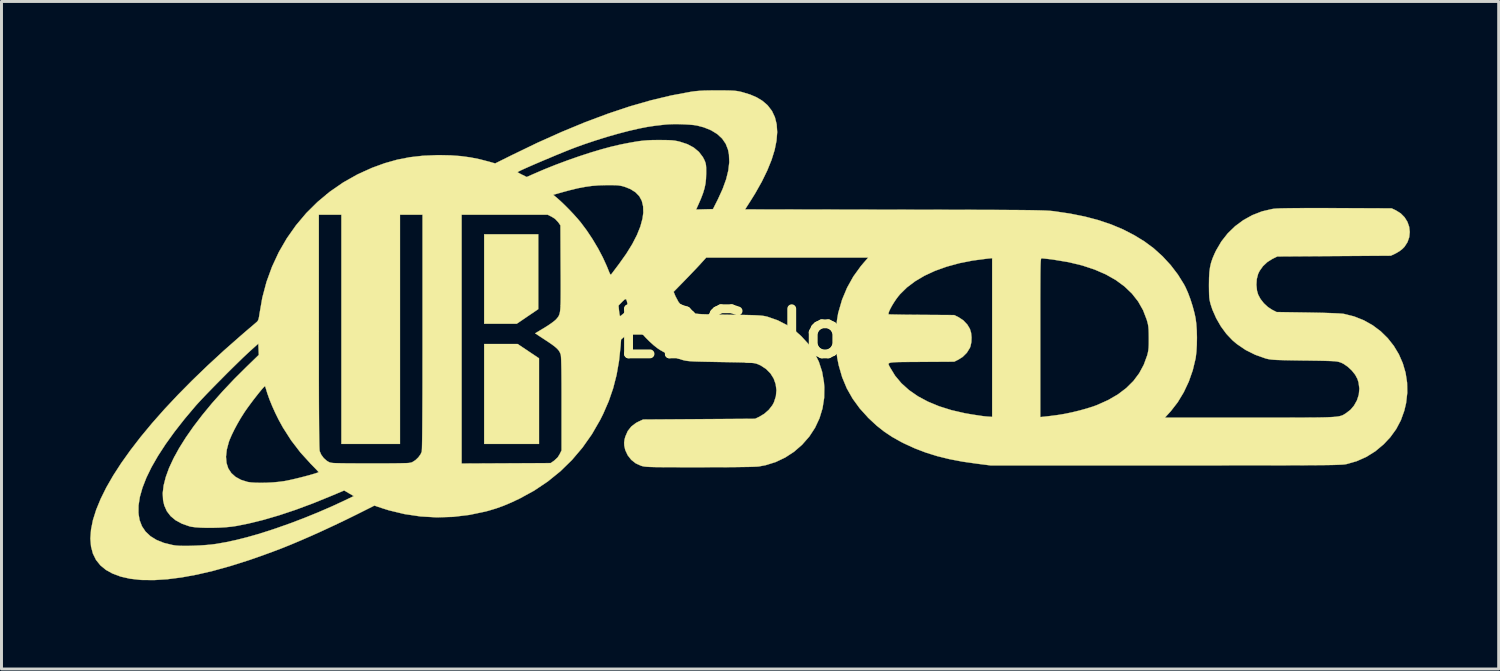
<source format=kicad_pcb>
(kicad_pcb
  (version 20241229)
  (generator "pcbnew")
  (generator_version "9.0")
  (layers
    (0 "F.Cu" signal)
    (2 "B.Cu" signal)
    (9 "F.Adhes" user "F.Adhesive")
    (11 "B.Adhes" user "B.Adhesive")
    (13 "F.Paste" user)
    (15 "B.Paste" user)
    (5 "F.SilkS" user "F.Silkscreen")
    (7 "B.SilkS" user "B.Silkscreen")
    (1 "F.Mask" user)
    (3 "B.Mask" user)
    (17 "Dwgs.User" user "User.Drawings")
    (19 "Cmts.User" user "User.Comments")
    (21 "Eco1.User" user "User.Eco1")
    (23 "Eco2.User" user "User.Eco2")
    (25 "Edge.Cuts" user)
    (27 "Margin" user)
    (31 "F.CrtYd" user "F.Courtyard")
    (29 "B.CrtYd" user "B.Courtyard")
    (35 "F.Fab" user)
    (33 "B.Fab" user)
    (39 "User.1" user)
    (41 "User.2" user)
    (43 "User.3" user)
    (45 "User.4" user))
  (footprint "SEDS_logo"
    (layer "F.Cu")
    (at 22.331 8.221)
    (property "Reference" "SEDS_logo" (at 0 0 0) (layer "F.SilkS") (effects (font (size 1.524 1.524) (thickness 0.3))))
    (attr through_hole)
    (fp_poly (pts (xy -7.525 0.597) (xy -7.163 0.839) (xy -7.163 3.734) (xy -9.017 3.734) (xy -9.017 0.356) (xy -7.886 0.356) (xy -7.525 0.597)) (stroke (width 0.01) (type solid)) (fill yes) (layer "F.SilkS"))
    (fp_poly (pts (xy -7.188 -0.823) (xy -7.551 -0.577) (xy -7.914 -0.33) (xy -9.017 -0.33) (xy -9.017 -3.353) (xy -7.188 -3.353) (xy -7.188 -0.823)) (stroke (width 0.01) (type solid)) (fill yes) (layer "F.SilkS"))
    (fp_poly (pts (xy -1.118 -8.216) (xy -0.922 -8.215) (xy -0.769 -8.213) (xy -0.648 -8.209) (xy -0.552 -8.203) (xy -0.472 -8.194) (xy -0.399 -8.181) (xy -0.323 -8.164) (xy -0.292 -8.156) (xy -0.028 -8.076) (xy 0.193 -7.981) (xy 0.381 -7.868) (xy 0.542 -7.732) (xy 0.569 -7.705) (xy 0.71 -7.521) (xy 0.81 -7.309) (xy 0.869 -7.071) (xy 0.887 -6.806) (xy 0.864 -6.517) (xy 0.801 -6.203) (xy 0.697 -5.868) (xy 0.552 -5.511) (xy 0.368 -5.133) (xy 0.144 -4.736) (xy 0.002 -4.507) (xy -0.199 -4.193) (xy 4.847 -4.184) (xy 5.447 -4.183) (xy 5.997 -4.182) (xy 6.502 -4.181) (xy 6.962 -4.18) (xy 7.381 -4.179) (xy 7.759 -4.178) (xy 8.101 -4.177) (xy 8.407 -4.176) (xy 8.68 -4.174) (xy 8.922 -4.173) (xy 9.135 -4.171) (xy 9.323 -4.169) (xy 9.486 -4.167) (xy 9.627 -4.164) (xy 9.748 -4.161) (xy 9.852 -4.158) (xy 9.941 -4.155) (xy 10.017 -4.151) (xy 10.082 -4.147) (xy 10.138 -4.143) (xy 10.188 -4.138) (xy 10.234 -4.133) (xy 10.249 -4.131) (xy 10.789 -4.051) (xy 11.287 -3.951) (xy 11.747 -3.83) (xy 12.176 -3.685) (xy 12.577 -3.517) (xy 12.956 -3.321) (xy 13.295 -3.114) (xy 13.611 -2.88) (xy 13.911 -2.609) (xy 14.187 -2.31) (xy 14.431 -1.991) (xy 14.635 -1.663) (xy 14.687 -1.564) (xy 14.771 -1.377) (xy 14.853 -1.158) (xy 14.928 -0.923) (xy 14.99 -0.692) (xy 15.027 -0.521) (xy 15.052 -0.33) (xy 15.068 -0.106) (xy 15.074 0.136) (xy 15.07 0.38) (xy 15.057 0.61) (xy 15.034 0.809) (xy 15.027 0.851) (xy 14.933 1.243) (xy 14.799 1.625) (xy 14.628 1.988) (xy 14.425 2.324) (xy 14.192 2.625) (xy 14.148 2.673) (xy 13.991 2.845) (xy 16.859 2.845) (xy 17.313 2.845) (xy 17.719 2.845) (xy 18.08 2.845) (xy 18.4 2.844) (xy 18.679 2.843) (xy 18.923 2.842) (xy 19.133 2.84) (xy 19.312 2.837) (xy 19.464 2.833) (xy 19.591 2.827) (xy 19.696 2.821) (xy 19.782 2.813) (xy 19.852 2.804) (xy 19.908 2.792) (xy 19.955 2.779) (xy 19.993 2.765) (xy 20.028 2.748) (xy 20.06 2.728) (xy 20.094 2.707) (xy 20.122 2.688) (xy 20.266 2.577) (xy 20.382 2.44) (xy 20.481 2.264) (xy 20.482 2.262) (xy 20.545 2.069) (xy 20.564 1.864) (xy 20.537 1.658) (xy 20.499 1.537) (xy 20.422 1.393) (xy 20.308 1.251) (xy 20.173 1.125) (xy 20.029 1.026) (xy 19.952 0.989) (xy 19.914 0.975) (xy 19.877 0.963) (xy 19.836 0.953) (xy 19.785 0.945) (xy 19.721 0.938) (xy 19.637 0.933) (xy 19.529 0.929) (xy 19.391 0.925) (xy 19.218 0.921) (xy 19.006 0.918) (xy 18.749 0.914) (xy 18.694 0.914) (xy 18.427 0.91) (xy 18.204 0.906) (xy 18.022 0.902) (xy 17.874 0.898) (xy 17.756 0.894) (xy 17.663 0.888) (xy 17.588 0.881) (xy 17.526 0.873) (xy 17.473 0.863) (xy 17.423 0.851) (xy 17.387 0.841) (xy 17.043 0.719) (xy 16.719 0.557) (xy 16.425 0.357) (xy 16.275 0.23) (xy 16.071 0.015) (xy 15.885 -0.238) (xy 15.725 -0.516) (xy 15.597 -0.806) (xy 15.54 -0.978) (xy 15.519 -1.057) (xy 15.503 -1.132) (xy 15.492 -1.212) (xy 15.486 -1.309) (xy 15.483 -1.432) (xy 15.481 -1.592) (xy 15.481 -1.651) (xy 15.484 -1.88) (xy 15.495 -2.071) (xy 15.517 -2.236) (xy 15.551 -2.387) (xy 15.601 -2.536) (xy 15.669 -2.696) (xy 15.723 -2.808) (xy 15.9 -3.11) (xy 16.115 -3.384) (xy 16.365 -3.626) (xy 16.644 -3.832) (xy 16.948 -4) (xy 17.271 -4.126) (xy 17.609 -4.205) (xy 17.682 -4.216) (xy 17.759 -4.222) (xy 17.885 -4.228) (xy 18.061 -4.232) (xy 18.287 -4.235) (xy 18.563 -4.237) (xy 18.889 -4.238) (xy 19.266 -4.238) (xy 19.693 -4.237) (xy 19.774 -4.237) (xy 21.654 -4.229) (xy 21.795 -4.163) (xy 21.961 -4.06) (xy 22.092 -3.928) (xy 22.188 -3.774) (xy 22.247 -3.606) (xy 22.267 -3.43) (xy 22.249 -3.254) (xy 22.19 -3.085) (xy 22.09 -2.931) (xy 22.018 -2.857) (xy 21.933 -2.791) (xy 21.83 -2.727) (xy 21.771 -2.696) (xy 21.628 -2.629) (xy 17.792 -2.603) (xy 17.623 -2.52) (xy 17.454 -2.414) (xy 17.306 -2.275) (xy 17.192 -2.115) (xy 17.142 -2.013) (xy 17.096 -1.836) (xy 17.084 -1.642) (xy 17.104 -1.449) (xy 17.143 -1.314) (xy 17.222 -1.166) (xy 17.336 -1.021) (xy 17.473 -0.894) (xy 17.618 -0.799) (xy 17.619 -0.799) (xy 17.767 -0.724) (xy 18.821 -0.708) (xy 19.08 -0.703) (xy 19.319 -0.698) (xy 19.534 -0.691) (xy 19.719 -0.684) (xy 19.869 -0.677) (xy 19.979 -0.669) (xy 20.041 -0.662) (xy 20.389 -0.575) (xy 20.714 -0.446) (xy 21.013 -0.278) (xy 21.283 -0.076) (xy 21.522 0.158) (xy 21.728 0.419) (xy 21.899 0.703) (xy 22.032 1.008) (xy 22.126 1.329) (xy 22.177 1.663) (xy 22.183 2.005) (xy 22.143 2.354) (xy 22.082 2.612) (xy 21.966 2.934) (xy 21.809 3.231) (xy 21.609 3.507) (xy 21.384 3.747) (xy 21.104 3.981) (xy 20.8 4.171) (xy 20.474 4.316) (xy 20.14 4.412) (xy 20.115 4.417) (xy 20.087 4.421) (xy 20.054 4.426) (xy 20.014 4.43) (xy 19.965 4.433) (xy 19.905 4.436) (xy 19.833 4.439) (xy 19.745 4.442) (xy 19.641 4.445) (xy 19.517 4.447) (xy 19.373 4.449) (xy 19.206 4.45) (xy 19.014 4.452) (xy 18.795 4.453) (xy 18.548 4.454) (xy 18.27 4.455) (xy 17.959 4.456) (xy 17.613 4.456) (xy 17.23 4.457) (xy 16.809 4.457) (xy 16.347 4.457) (xy 15.842 4.458) (xy 15.293 4.458) (xy 14.697 4.458) (xy 14.052 4.458) (xy 14.008 4.458) (xy 8.09 4.458) (xy 7.633 4.4) (xy 7.148 4.331) (xy 6.705 4.246) (xy 6.295 4.145) (xy 5.91 4.025) (xy 5.541 3.884) (xy 5.181 3.719) (xy 5.08 3.668) (xy 4.778 3.499) (xy 4.507 3.319) (xy 4.251 3.117) (xy 3.995 2.879) (xy 3.973 2.858) (xy 3.682 2.538) (xy 3.438 2.204) (xy 3.239 1.853) (xy 3.083 1.478) (xy 2.967 1.077) (xy 2.917 0.826) (xy 2.888 0.599) (xy 2.874 0.344) (xy 2.872 0.075) (xy 2.884 -0.194) (xy 2.908 -0.446) (xy 2.945 -0.667) (xy 2.948 -0.682) (xy 4.648 -0.682) (xy 4.65 -0.65) (xy 4.653 -0.648) (xy 4.685 -0.645) (xy 4.762 -0.642) (xy 4.879 -0.64) (xy 5.031 -0.637) (xy 5.212 -0.634) (xy 5.416 -0.632) (xy 5.64 -0.63) (xy 5.779 -0.629) (xy 6.871 -0.622) (xy 7.014 -0.552) (xy 7.178 -0.444) (xy 7.314 -0.3) (xy 7.4 -0.156) (xy 7.44 -0.025) (xy 7.456 0.131) (xy 7.45 0.29) (xy 7.42 0.434) (xy 7.4 0.486) (xy 7.297 0.652) (xy 7.156 0.792) (xy 7.014 0.882) (xy 6.871 0.953) (xy 5.759 0.96) (xy 5.487 0.962) (xy 5.261 0.963) (xy 5.077 0.965) (xy 4.933 0.968) (xy 4.823 0.974) (xy 4.744 0.982) (xy 4.692 0.993) (xy 4.662 1.009) (xy 4.651 1.029) (xy 4.655 1.056) (xy 4.669 1.088) (xy 4.691 1.128) (xy 4.703 1.15) (xy 4.872 1.428) (xy 5.086 1.683) (xy 5.343 1.914) (xy 5.642 2.122) (xy 5.982 2.304) (xy 6.361 2.461) (xy 6.778 2.592) (xy 7.231 2.696) (xy 7.493 2.741) (xy 7.659 2.766) (xy 7.785 2.785) (xy 7.878 2.798) (xy 7.948 2.806) (xy 8.004 2.811) (xy 8.054 2.815) (xy 8.071 2.816) (xy 8.153 2.819) (xy 8.153 0.143) (xy 9.779 0.143) (xy 9.779 2.826) (xy 9.938 2.809) (xy 10.03 2.799) (xy 10.155 2.784) (xy 10.292 2.766) (xy 10.389 2.753) (xy 10.61 2.716) (xy 10.854 2.665) (xy 11.106 2.604) (xy 11.349 2.536) (xy 11.569 2.467) (xy 11.708 2.415) (xy 12.079 2.248) (xy 12.405 2.058) (xy 12.687 1.844) (xy 12.926 1.607) (xy 13.122 1.345) (xy 13.278 1.056) (xy 13.393 0.741) (xy 13.393 0.741) (xy 13.415 0.654) (xy 13.431 0.571) (xy 13.441 0.48) (xy 13.446 0.366) (xy 13.447 0.219) (xy 13.447 0.152) (xy 13.445 -0.006) (xy 13.441 -0.126) (xy 13.433 -0.221) (xy 13.42 -0.305) (xy 13.399 -0.389) (xy 13.376 -0.47) (xy 13.254 -0.787) (xy 13.088 -1.08) (xy 12.878 -1.348) (xy 12.625 -1.59) (xy 12.33 -1.807) (xy 11.992 -1.998) (xy 11.613 -2.162) (xy 11.194 -2.3) (xy 10.733 -2.411) (xy 10.233 -2.494) (xy 10.178 -2.502) (xy 10.056 -2.517) (xy 9.948 -2.529) (xy 9.868 -2.537) (xy 9.828 -2.54) (xy 9.821 -2.539) (xy 9.814 -2.535) (xy 9.807 -2.524) (xy 9.802 -2.503) (xy 9.797 -2.471) (xy 9.793 -2.423) (xy 9.79 -2.358) (xy 9.787 -2.271) (xy 9.785 -2.161) (xy 9.783 -2.025) (xy 9.782 -1.859) (xy 9.781 -1.662) (xy 9.78 -1.429) (xy 9.779 -1.158) (xy 9.779 -0.847) (xy 9.779 -0.492) (xy 9.779 -0.09) (xy 9.779 0.143) (xy 8.153 0.143) (xy 8.153 -2.546) (xy 7.982 -2.529) (xy 7.497 -2.465) (xy 7.04 -2.375) (xy 6.614 -2.258) (xy 6.221 -2.117) (xy 5.865 -1.952) (xy 5.548 -1.764) (xy 5.271 -1.555) (xy 5.039 -1.326) (xy 4.983 -1.259) (xy 4.908 -1.159) (xy 4.835 -1.05) (xy 4.767 -0.939) (xy 4.711 -0.835) (xy 4.67 -0.747) (xy 4.648 -0.682) (xy 2.948 -0.682) (xy 2.955 -0.711) (xy 3.081 -1.144) (xy 3.25 -1.547) (xy 3.46 -1.924) (xy 3.714 -2.275) (xy 3.802 -2.379) (xy 3.964 -2.565) (xy 1.226 -2.565) (xy -1.512 -2.565) (xy -1.69 -2.369) (xy -1.764 -2.288) (xy -1.865 -2.18) (xy -1.984 -2.056) (xy -2.111 -1.923) (xy -2.237 -1.793) (xy -2.24 -1.79) (xy -2.613 -1.408) (xy -2.552 -1.259) (xy -2.447 -1.062) (xy -2.305 -0.9) (xy -2.125 -0.773) (xy -1.988 -0.708) (xy -1.951 -0.694) (xy -1.915 -0.682) (xy -1.873 -0.673) (xy -1.821 -0.665) (xy -1.755 -0.658) (xy -1.668 -0.653) (xy -1.556 -0.649) (xy -1.414 -0.645) (xy -1.236 -0.641) (xy -1.019 -0.638) (xy -0.756 -0.634) (xy -0.737 -0.633) (xy -0.468 -0.629) (xy -0.246 -0.626) (xy -0.063 -0.622) (xy 0.085 -0.618) (xy 0.203 -0.613) (xy 0.297 -0.607) (xy 0.372 -0.6) (xy 0.434 -0.592) (xy 0.488 -0.582) (xy 0.539 -0.57) (xy 0.572 -0.561) (xy 0.906 -0.444) (xy 1.214 -0.286) (xy 1.504 -0.083) (xy 1.697 0.088) (xy 1.943 0.356) (xy 2.142 0.646) (xy 2.296 0.958) (xy 2.405 1.293) (xy 2.467 1.649) (xy 2.48 1.816) (xy 2.474 2.18) (xy 2.419 2.531) (xy 2.316 2.868) (xy 2.167 3.186) (xy 1.973 3.483) (xy 1.734 3.755) (xy 1.729 3.761) (xy 1.456 3.998) (xy 1.157 4.193) (xy 0.837 4.345) (xy 0.502 4.45) (xy 0.27 4.494) (xy 0.2 4.5) (xy 0.08 4.505) (xy -0.087 4.51) (xy -0.301 4.513) (xy -0.558 4.517) (xy -0.859 4.519) (xy -1.201 4.52) (xy -1.582 4.521) (xy -1.739 4.521) (xy -2.087 4.521) (xy -2.388 4.521) (xy -2.645 4.52) (xy -2.863 4.52) (xy -3.046 4.518) (xy -3.197 4.517) (xy -3.319 4.514) (xy -3.418 4.511) (xy -3.496 4.507) (xy -3.558 4.502) (xy -3.607 4.496) (xy -3.647 4.489) (xy -3.681 4.48) (xy -3.715 4.471) (xy -3.716 4.47) (xy -3.893 4.39) (xy -4.045 4.27) (xy -4.165 4.117) (xy -4.248 3.94) (xy -4.281 3.791) (xy -4.286 3.691) (xy -4.272 3.585) (xy -4.245 3.485) (xy -4.164 3.298) (xy -4.044 3.145) (xy -3.885 3.024) (xy -3.805 2.982) (xy -3.645 2.908) (xy 0.14 2.883) (xy 0.286 2.814) (xy 0.453 2.713) (xy 0.604 2.58) (xy 0.724 2.426) (xy 0.776 2.33) (xy 0.843 2.123) (xy 0.862 1.915) (xy 0.836 1.713) (xy 0.768 1.522) (xy 0.66 1.35) (xy 0.514 1.202) (xy 0.334 1.083) (xy 0.235 1.039) (xy 0.198 1.025) (xy 0.16 1.014) (xy 0.117 1.004) (xy 0.064 0.997) (xy -0.006 0.99) (xy -0.096 0.985) (xy -0.211 0.981) (xy -0.358 0.977) (xy -0.541 0.973) (xy -0.764 0.969) (xy -1.016 0.965) (xy -1.284 0.96) (xy -1.507 0.956) (xy -1.69 0.952) (xy -1.838 0.948) (xy -1.957 0.943) (xy -2.051 0.937) (xy -2.126 0.93) (xy -2.189 0.922) (xy -2.243 0.912) (xy -2.294 0.899) (xy -2.324 0.891) (xy -2.508 0.83) (xy -2.707 0.748) (xy -2.904 0.652) (xy -3.08 0.552) (xy -3.159 0.499) (xy -3.287 0.398) (xy -3.426 0.272) (xy -3.563 0.135) (xy -3.684 0.000497) (xy -3.774 -0.116) (xy -3.868 -0.252) (xy -4.129 -0.023) (xy -4.39 0.205) (xy -4.406 0.427) (xy -4.459 0.931) (xy -4.542 1.403) (xy -4.657 1.851) (xy -4.806 2.285) (xy -4.994 2.717) (xy -5.096 2.921) (xy -5.376 3.406) (xy -5.694 3.857) (xy -6.049 4.275) (xy -6.44 4.657) (xy -6.866 5.002) (xy -7.325 5.31) (xy -7.807 5.574) (xy -8.097 5.711) (xy -8.362 5.823) (xy -8.618 5.915) (xy -8.879 5.993) (xy -8.973 6.018) (xy -9.518 6.132) (xy -10.068 6.198) (xy -10.618 6.215) (xy -11.166 6.184) (xy -11.707 6.104) (xy -12.236 5.977) (xy -12.462 5.906) (xy -12.727 5.817) (xy -13.317 6.113) (xy -13.693 6.298) (xy -14.077 6.481) (xy -14.463 6.661) (xy -14.842 6.832) (xy -15.207 6.991) (xy -15.55 7.136) (xy -15.863 7.262) (xy -16.104 7.353) (xy -16.296 7.424) (xy -16.449 7.48) (xy -16.574 7.525) (xy -16.679 7.562) (xy -16.773 7.595) (xy -16.866 7.627) (xy -16.967 7.662) (xy -16.993 7.67) (xy -17.596 7.861) (xy -18.173 8.021) (xy -18.721 8.149) (xy -19.238 8.244) (xy -19.722 8.306) (xy -20.172 8.335) (xy -20.586 8.331) (xy -20.625 8.329) (xy -20.983 8.289) (xy -21.303 8.217) (xy -21.585 8.111) (xy -21.802 7.99) (xy -21.988 7.837) (xy -22.135 7.654) (xy -22.24 7.441) (xy -22.304 7.2) (xy -22.326 6.933) (xy -22.326 6.93) (xy -22.304 6.628) (xy -22.239 6.304) (xy -22.169 6.083) (xy -20.701 6.083) (xy -20.663 6.308) (xy -20.583 6.516) (xy -20.461 6.697) (xy -20.296 6.852) (xy -20.09 6.979) (xy -19.844 7.078) (xy -19.557 7.148) (xy -19.456 7.165) (xy -19.343 7.175) (xy -19.191 7.179) (xy -19.011 7.179) (xy -18.814 7.173) (xy -18.61 7.164) (xy -18.413 7.15) (xy -18.231 7.133) (xy -18.078 7.113) (xy -18.072 7.112) (xy -17.732 7.052) (xy -17.39 6.978) (xy -17.037 6.889) (xy -16.663 6.783) (xy -16.259 6.656) (xy -16.053 6.587) (xy -15.585 6.422) (xy -15.103 6.239) (xy -14.623 6.044) (xy -14.162 5.844) (xy -13.754 5.655) (xy -13.424 5.496) (xy -13.587 5.401) (xy -13.749 5.306) (xy -14.171 5.484) (xy -14.795 5.738) (xy -15.386 5.958) (xy -15.947 6.145) (xy -16.481 6.301) (xy -16.992 6.426) (xy -17.386 6.505) (xy -17.556 6.53) (xy -17.753 6.549) (xy -17.965 6.562) (xy -18.183 6.568) (xy -18.396 6.569) (xy -18.596 6.563) (xy -18.771 6.551) (xy -18.911 6.533) (xy -18.974 6.519) (xy -19.23 6.43) (xy -19.443 6.315) (xy -19.613 6.174) (xy -19.742 6.006) (xy -19.829 5.81) (xy -19.869 5.633) (xy -19.881 5.397) (xy -19.85 5.137) (xy -19.778 4.853) (xy -19.667 4.547) (xy -19.516 4.222) (xy -19.485 4.166) (xy -17.743 4.166) (xy -17.725 4.377) (xy -17.666 4.561) (xy -17.563 4.718) (xy -17.419 4.847) (xy -17.234 4.948) (xy -17.011 5.018) (xy -16.893 5.035) (xy -16.736 5.045) (xy -16.553 5.048) (xy -16.355 5.044) (xy -16.152 5.033) (xy -15.958 5.015) (xy -15.783 4.992) (xy -15.71 4.979) (xy -15.572 4.95) (xy -15.418 4.915) (xy -15.257 4.876) (xy -15.097 4.835) (xy -14.946 4.795) (xy -14.814 4.757) (xy -14.708 4.725) (xy -14.637 4.7) (xy -14.612 4.687) (xy -14.626 4.669) (xy -14.67 4.62) (xy -14.738 4.549) (xy -14.824 4.461) (xy -14.866 4.418) (xy -15.226 4.023) (xy -15.542 3.611) (xy -15.821 3.174) (xy -15.964 2.914) (xy -16.076 2.687) (xy -16.181 2.454) (xy -16.273 2.229) (xy -16.345 2.026) (xy -16.371 1.941) (xy -16.395 1.861) (xy -16.414 1.803) (xy -16.423 1.781) (xy -16.444 1.793) (xy -16.49 1.84) (xy -16.555 1.916) (xy -16.636 2.015) (xy -16.727 2.13) (xy -16.824 2.255) (xy -16.921 2.385) (xy -17.014 2.512) (xy -17.098 2.631) (xy -17.13 2.68) (xy -17.243 2.858) (xy -17.355 3.051) (xy -17.46 3.247) (xy -17.551 3.434) (xy -17.622 3.598) (xy -17.648 3.67) (xy -17.717 3.93) (xy -17.743 4.166) (xy -19.485 4.166) (xy -19.328 3.879) (xy -19.102 3.519) (xy -18.841 3.145) (xy -18.545 2.758) (xy -18.216 2.359) (xy -17.853 1.951) (xy -17.46 1.535) (xy -17.04 1.118) (xy -16.634 0.724) (xy -16.642 0.533) (xy -16.65 0.343) (xy -16.916 0.582) (xy -17.029 0.686) (xy -17.17 0.819) (xy -17.331 0.976) (xy -17.508 1.149) (xy -17.694 1.333) (xy -17.883 1.524) (xy -18.071 1.713) (xy -18.25 1.896) (xy -18.416 2.067) (xy -18.561 2.22) (xy -18.681 2.349) (xy -18.762 2.438) (xy -19.144 2.891) (xy -19.485 3.326) (xy -19.785 3.743) (xy -20.043 4.14) (xy -20.26 4.518) (xy -20.434 4.875) (xy -20.565 5.211) (xy -20.654 5.524) (xy -20.699 5.816) (xy -20.701 6.083) (xy -22.169 6.083) (xy -22.13 5.958) (xy -21.979 5.592) (xy -21.788 5.206) (xy -21.556 4.803) (xy -21.285 4.384) (xy -20.975 3.949) (xy -20.628 3.499) (xy -20.245 3.037) (xy -19.826 2.563) (xy -19.372 2.079) (xy -18.885 1.586) (xy -18.365 1.085) (xy -17.813 0.576) (xy -17.23 0.063) (xy -17.071 -0.074) (xy -16.96 -0.169) (xy -16.858 -0.255) (xy -16.774 -0.327) (xy -16.716 -0.377) (xy -16.697 -0.394) (xy -16.665 -0.431) (xy -16.642 -0.487) (xy -16.624 -0.572) (xy -16.611 -0.66) (xy -16.515 -1.211) (xy -16.373 -1.745) (xy -16.186 -2.258) (xy -15.957 -2.75) (xy -15.686 -3.217) (xy -15.376 -3.657) (xy -15.076 -4.013) (xy -14.605 -4.013) (xy -14.605 -0.075) (xy -14.605 0.507) (xy -14.604 1.04) (xy -14.604 1.524) (xy -14.603 1.961) (xy -14.602 2.351) (xy -14.6 2.697) (xy -14.598 2.998) (xy -14.596 3.257) (xy -14.594 3.474) (xy -14.591 3.651) (xy -14.588 3.789) (xy -14.584 3.889) (xy -14.58 3.951) (xy -14.577 3.975) (xy -14.526 4.094) (xy -14.441 4.21) (xy -14.335 4.304) (xy -14.264 4.346) (xy -14.238 4.357) (xy -14.207 4.366) (xy -14.168 4.373) (xy -14.115 4.379) (xy -14.045 4.383) (xy -13.952 4.387) (xy -13.833 4.389) (xy -13.683 4.391) (xy -13.497 4.392) (xy -13.272 4.393) (xy -13.002 4.393) (xy -12.852 4.393) (xy -12.559 4.393) (xy -12.313 4.393) (xy -12.108 4.392) (xy -11.941 4.39) (xy -11.807 4.388) (xy -11.702 4.385) (xy -11.621 4.381) (xy -11.56 4.376) (xy -11.515 4.369) (xy -11.481 4.361) (xy -11.454 4.352) (xy -11.443 4.347) (xy -11.339 4.281) (xy -11.241 4.187) (xy -11.164 4.081) (xy -11.127 3.996) (xy -11.123 3.959) (xy -11.119 3.879) (xy -11.116 3.754) (xy -11.113 3.585) (xy -11.11 3.371) (xy -11.108 3.111) (xy -11.106 2.804) (xy -11.104 2.451) (xy -11.102 2.049) (xy -11.101 1.599) (xy -11.101 1.1) (xy -11.1 0.552) (xy -11.1 -0.047) (xy -11.1 -0.057) (xy -11.1 -4.013) (xy -9.779 -4.013) (xy -9.779 4.396) (xy -6.769 4.381) (xy -6.651 4.299) (xy -6.531 4.187) (xy -6.467 4.085) (xy -6.401 3.952) (xy -6.401 2.374) (xy -6.401 2.013) (xy -6.402 1.7) (xy -6.404 1.435) (xy -6.406 1.213) (xy -6.41 1.035) (xy -6.414 0.897) (xy -6.419 0.797) (xy -6.425 0.733) (xy -6.43 0.709) (xy -6.459 0.638) (xy -6.497 0.574) (xy -6.552 0.512) (xy -6.629 0.444) (xy -6.735 0.365) (xy -6.877 0.268) (xy -6.928 0.235) (xy -7.293 -0.005) (xy -6.98 -0.193) (xy -6.859 -0.269) (xy -6.748 -0.345) (xy -6.656 -0.414) (xy -6.594 -0.467) (xy -6.585 -0.477) (xy -6.552 -0.515) (xy -6.524 -0.55) (xy -6.5 -0.586) (xy -6.481 -0.628) (xy -6.465 -0.679) (xy -6.452 -0.743) (xy -6.443 -0.826) (xy -6.436 -0.93) (xy -6.436 -0.945) (xy -4.476 -0.945) (xy -4.458 -0.765) (xy -4.447 -0.676) (xy -4.435 -0.612) (xy -4.424 -0.585) (xy -4.423 -0.584) (xy -4.398 -0.6) (xy -4.345 -0.642) (xy -4.277 -0.7) (xy -4.27 -0.706) (xy -4.134 -0.826) (xy -4.167 -0.978) (xy -4.191 -1.085) (xy -4.212 -1.146) (xy -4.238 -1.164) (xy -4.276 -1.144) (xy -4.335 -1.089) (xy -4.354 -1.069) (xy -4.476 -0.945) (xy -6.436 -0.945) (xy -6.432 -1.061) (xy -6.43 -1.222) (xy -6.429 -1.418) (xy -6.429 -1.652) (xy -6.43 -1.929) (xy -6.432 -2.214) (xy -6.439 -3.653) (xy -6.515 -3.763) (xy -6.623 -3.876) (xy -6.729 -3.943) (xy -6.867 -4.013) (xy -9.779 -4.013) (xy -11.1 -4.013) (xy -11.862 -4.013) (xy -11.862 3.734) (xy -13.843 3.734) (xy -13.843 -4.013) (xy -14.605 -4.013) (xy -15.076 -4.013) (xy -15.03 -4.068) (xy -14.647 -4.447) (xy -14.359 -4.687) (xy -6.683 -4.687) (xy -6.548 -4.575) (xy -6.427 -4.467) (xy -6.286 -4.332) (xy -6.135 -4.18) (xy -5.987 -4.023) (xy -5.853 -3.873) (xy -5.757 -3.759) (xy -5.553 -3.487) (xy -5.354 -3.188) (xy -5.168 -2.876) (xy -5.005 -2.566) (xy -4.871 -2.272) (xy -4.851 -2.223) (xy -4.806 -2.111) (xy -4.775 -2.038) (xy -4.754 -2) (xy -4.739 -1.988) (xy -4.724 -1.997) (xy -4.714 -2.009) (xy -4.69 -2.041) (xy -4.641 -2.106) (xy -4.574 -2.195) (xy -4.495 -2.3) (xy -4.457 -2.35) (xy -4.213 -2.694) (xy -4.011 -3.021) (xy -3.852 -3.33) (xy -3.736 -3.619) (xy -3.664 -3.886) (xy -3.638 -4.08) (xy -3.644 -4.297) (xy -3.689 -4.484) (xy -3.776 -4.643) (xy -3.905 -4.775) (xy -4.077 -4.882) (xy -4.27 -4.958) (xy -4.346 -4.98) (xy -4.416 -4.995) (xy -4.492 -5.006) (xy -4.585 -5.012) (xy -4.705 -5.014) (xy -4.863 -5.014) (xy -4.889 -5.014) (xy -5.138 -5.007) (xy -5.375 -4.988) (xy -5.611 -4.955) (xy -5.859 -4.907) (xy -6.133 -4.84) (xy -6.339 -4.784) (xy -6.683 -4.687) (xy -14.359 -4.687) (xy -14.231 -4.793) (xy -13.784 -5.102) (xy -13.306 -5.372) (xy -13.126 -5.454) (xy -7.89 -5.454) (xy -7.873 -5.44) (xy -7.821 -5.41) (xy -7.745 -5.37) (xy -7.738 -5.367) (xy -7.578 -5.288) (xy -7.351 -5.389) (xy -6.987 -5.546) (xy -6.605 -5.699) (xy -6.212 -5.846) (xy -5.818 -5.984) (xy -5.433 -6.11) (xy -5.063 -6.221) (xy -4.719 -6.314) (xy -4.409 -6.386) (xy -4.355 -6.397) (xy -4.128 -6.441) (xy -3.939 -6.475) (xy -3.777 -6.501) (xy -3.63 -6.518) (xy -3.488 -6.529) (xy -3.338 -6.536) (xy -3.171 -6.538) (xy -3.099 -6.538) (xy -2.92 -6.537) (xy -2.781 -6.534) (xy -2.671 -6.528) (xy -2.578 -6.518) (xy -2.491 -6.502) (xy -2.401 -6.481) (xy -2.148 -6.398) (xy -1.934 -6.284) (xy -1.76 -6.139) (xy -1.627 -5.965) (xy -1.582 -5.88) (xy -1.552 -5.812) (xy -1.532 -5.753) (xy -1.52 -5.689) (xy -1.514 -5.608) (xy -1.513 -5.496) (xy -1.513 -5.41) (xy -1.519 -5.23) (xy -1.536 -5.067) (xy -1.569 -4.909) (xy -1.619 -4.742) (xy -1.69 -4.556) (xy -1.775 -4.362) (xy -1.853 -4.189) (xy -1.568 -4.197) (xy -1.283 -4.204) (xy -1.116 -4.535) (xy -0.956 -4.886) (xy -0.838 -5.212) (xy -0.764 -5.513) (xy -0.732 -5.792) (xy -0.743 -6.049) (xy -0.774 -6.21) (xy -0.852 -6.411) (xy -0.974 -6.588) (xy -1.138 -6.74) (xy -1.345 -6.867) (xy -1.591 -6.967) (xy -1.815 -7.026) (xy -1.932 -7.045) (xy -2.086 -7.059) (xy -2.263 -7.069) (xy -2.448 -7.075) (xy -2.629 -7.075) (xy -2.792 -7.069) (xy -2.896 -7.061) (xy -3.014 -7.047) (xy -3.135 -7.033) (xy -3.226 -7.023) (xy -3.49 -6.984) (xy -3.792 -6.925) (xy -4.125 -6.848) (xy -4.481 -6.755) (xy -4.853 -6.649) (xy -5.234 -6.53) (xy -5.615 -6.403) (xy -5.918 -6.294) (xy -6.049 -6.244) (xy -6.204 -6.183) (xy -6.379 -6.112) (xy -6.568 -6.035) (xy -6.763 -5.953) (xy -6.961 -5.87) (xy -7.154 -5.788) (xy -7.336 -5.71) (xy -7.503 -5.637) (xy -7.647 -5.573) (xy -7.763 -5.52) (xy -7.845 -5.48) (xy -7.887 -5.456) (xy -7.89 -5.454) (xy -13.126 -5.454) (xy -12.806 -5.599) (xy -12.377 -5.755) (xy -11.955 -5.874) (xy -11.529 -5.957) (xy -11.086 -6.007) (xy -10.616 -6.027) (xy -10.516 -6.028) (xy -10.145 -6.02) (xy -9.808 -5.995) (xy -9.489 -5.952) (xy -9.171 -5.889) (xy -8.84 -5.803) (xy -8.812 -5.795) (xy -8.645 -5.747) (xy -8.075 -6.03) (xy -7.221 -6.443) (xy -6.395 -6.813) (xy -5.598 -7.143) (xy -4.829 -7.43) (xy -4.089 -7.677) (xy -3.378 -7.881) (xy -2.695 -8.044) (xy -2.042 -8.166) (xy -2.007 -8.172) (xy -1.878 -8.189) (xy -1.74 -8.201) (xy -1.582 -8.21) (xy -1.395 -8.214) (xy -1.168 -8.216) (xy -1.118 -8.216)) (stroke (width 0.01) (type solid)) (fill yes) (layer "F.SilkS")))
  (gr_rect
    (start -3 -3)
    (end 47.604 19.561)
    (stroke (width 0.1) (type default))
    (fill no)
    (layer "Edge.Cuts")))
</source>
